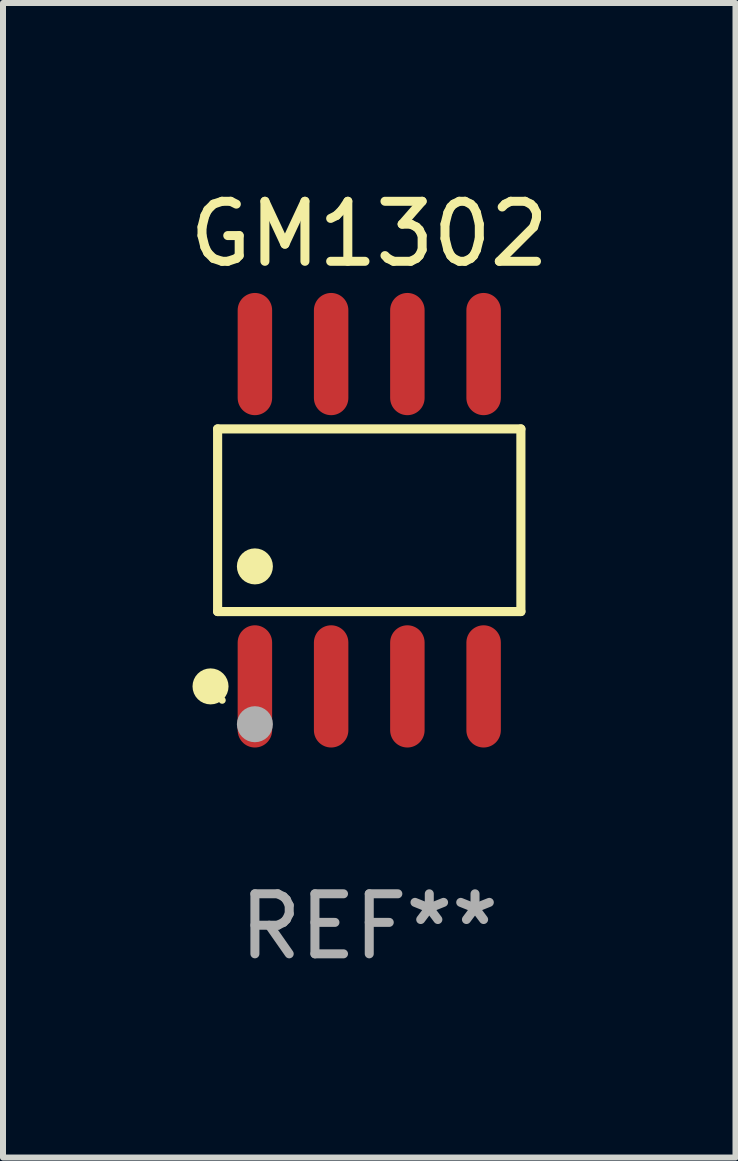
<source format=kicad_pcb>
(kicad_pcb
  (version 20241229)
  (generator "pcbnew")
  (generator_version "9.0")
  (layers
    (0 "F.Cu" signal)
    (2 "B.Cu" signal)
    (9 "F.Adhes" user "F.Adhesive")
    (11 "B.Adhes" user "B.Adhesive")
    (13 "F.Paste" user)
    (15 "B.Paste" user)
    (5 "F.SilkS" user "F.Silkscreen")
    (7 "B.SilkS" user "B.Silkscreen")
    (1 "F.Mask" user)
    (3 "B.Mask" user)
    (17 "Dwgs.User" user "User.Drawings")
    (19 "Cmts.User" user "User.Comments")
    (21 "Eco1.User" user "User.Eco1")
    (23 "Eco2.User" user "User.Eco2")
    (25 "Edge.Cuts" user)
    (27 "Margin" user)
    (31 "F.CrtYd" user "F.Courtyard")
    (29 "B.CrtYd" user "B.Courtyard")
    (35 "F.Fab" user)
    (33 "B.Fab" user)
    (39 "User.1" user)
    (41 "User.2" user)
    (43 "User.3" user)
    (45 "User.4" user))
  (footprint "GM1302"
    (layer "F.Cu")
    (at 3.101 5.616)
    (property "Reference" "GM1302" (at 0 -4.768 0) (layer "F.SilkS") (effects (font (size 1 1) (thickness 0.15))))
    (attr through_hole)
    (fp_line (start -2.526 -1.521) (end 2.526 -1.521) (stroke (width 0.152) (type solid)) (layer "F.SilkS"))
    (fp_line (start -2.526 1.521) (end -2.526 -1.521) (stroke (width 0.152) (type solid)) (layer "F.SilkS"))
    (fp_line (start 2.526 -1.521) (end 2.526 1.521) (stroke (width 0.152) (type solid)) (layer "F.SilkS"))
    (fp_line (start 2.526 1.521) (end -2.526 1.521) (stroke (width 0.152) (type solid)) (layer "F.SilkS"))
    (fp_circle (center -2.644 2.768) (end -2.494 2.768) (stroke (width 0.3) (type solid)) (fill no) (layer "F.SilkS"))
    (fp_circle (center -2.45 2.998) (end -2.42 2.998) (stroke (width 0.06) (type solid)) (fill no) (layer "F.SilkS"))
    (fp_circle (center -1.905 0.769) (end -1.755 0.769) (stroke (width 0.3) (type solid)) (fill no) (layer "F.SilkS"))
    (fp_circle (center -1.905 3.398) (end -1.755 3.398) (stroke (width 0.3) (type solid)) (fill no) (layer "F.Fab"))
    (fp_text user "REF**" (at 0 6.768 0) (layer "F.Fab") (effects (font (size 1 1) (thickness 0.15))))
    (pad "1" smd oval (at -1.905 2.768) (size 0.574 2.036) (layers "F.Cu" "F.Mask" "F.Paste"))
    (pad "2" smd oval (at -0.635 2.768) (size 0.574 2.036) (layers "F.Cu" "F.Mask" "F.Paste"))
    (pad "3" smd oval (at 0.635 2.768) (size 0.574 2.036) (layers "F.Cu" "F.Mask" "F.Paste"))
    (pad "4" smd oval (at 1.905 2.768) (size 0.574 2.036) (layers "F.Cu" "F.Mask" "F.Paste"))
    (pad "5" smd oval (at 1.905 -2.768) (size 0.574 2.036) (layers "F.Cu" "F.Mask" "F.Paste"))
    (pad "6" smd oval (at 0.635 -2.768) (size 0.574 2.036) (layers "F.Cu" "F.Mask" "F.Paste"))
    (pad "7" smd oval (at -0.635 -2.768) (size 0.574 2.036) (layers "F.Cu" "F.Mask" "F.Paste"))
    (pad "8" smd oval (at -1.905 -2.768) (size 0.574 2.036) (layers "F.Cu" "F.Mask" "F.Paste")))
  (gr_rect
    (start -3 -3)
    (end 9.202 16.232)
    (stroke (width 0.1) (type default))
    (fill no)
    (layer "Edge.Cuts")))
</source>
